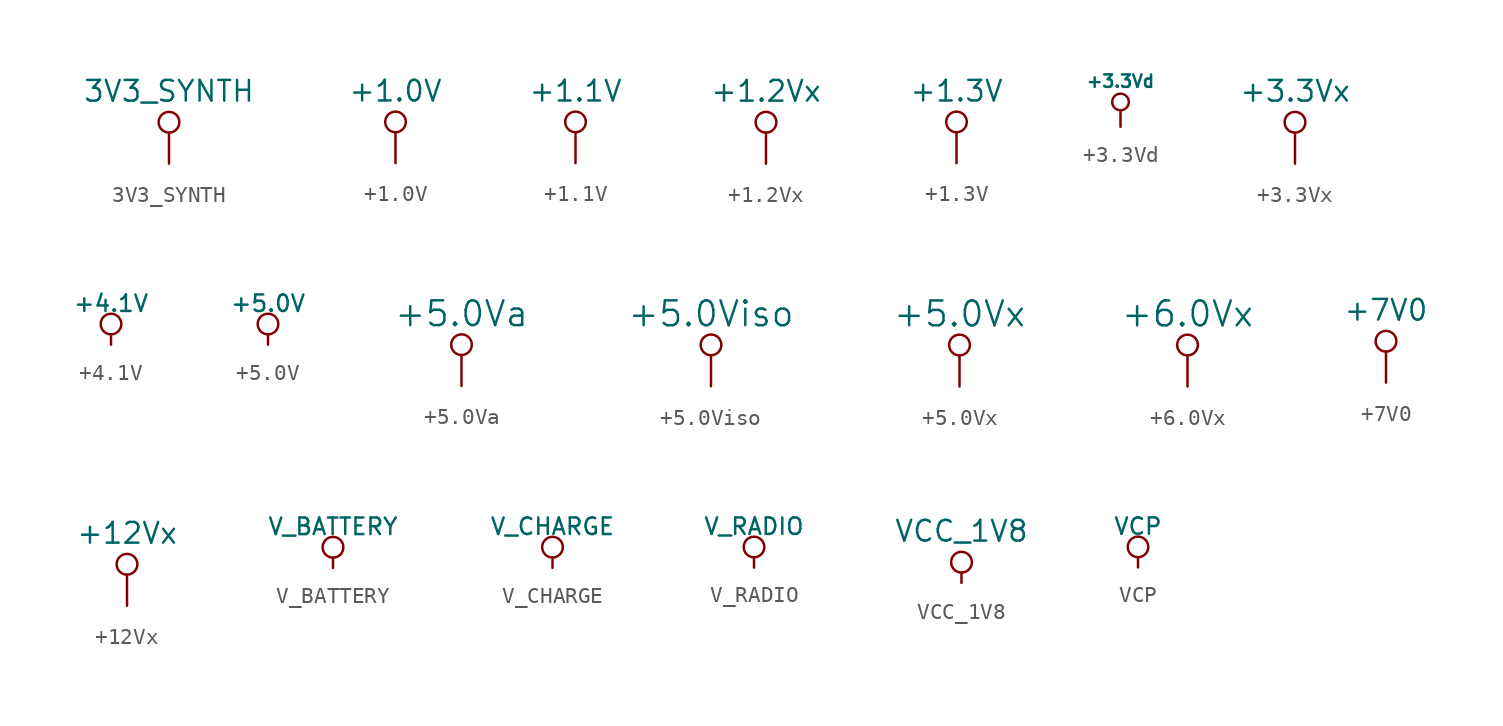
<source format=kicad_sym>
(kicad_symbol_lib
  (version 20231120)
  (generator "kicad_symbol_editor")
  (generator_version "8.0")
  (symbol "3V3_SYNTH"
    (power)
    (pin_names
      (offset 0))
    (property "Reference" "#PWR"
      (at 5.08 -1.27 0)
      (effects (font (size 1.27 1.27)) (hide yes)))
    (property "Value" "3V3_SYNTH"
      (at 0 1.905 0)
      (effects (font (size 1.27 1.27))))
    (property "Footprint" ""
      (at 0 0 0)
      (effects (font (size 1.524 1.524))))
    (property "Datasheet" ""
      (at 0 0 0)
      (effects (font (size 1.524 1.524))))
    (symbol "3V3_SYNTH_0_1"
      (polyline (pts (xy 0 -0.635) (xy 0 -2.54)) (stroke (width 0) (type default)) (fill (type none)))
      (circle (center 0 0) (radius 0.635) (stroke (width 0) (type default)) (fill (type none))))
    (symbol "3V3_SYNTH_1_1"
      (pin power_in line (at 0 -2.54 90) (length 0) hide (name "3V3_SYNTH" (effects (font (size 1.27 1.27)))) (number "1" (effects (font (size 1.27 1.27)))))))
  (symbol "+1.0V"
    (power)
    (pin_names
      (offset 0))
    (property "Reference" "#PWR"
      (at 5.08 -1.27 0)
      (effects (font (size 1.27 1.27)) (hide yes)))
    (property "Value" "+1.0V"
      (at 0 1.905 0)
      (effects (font (size 1.27 1.27))))
    (property "Footprint" ""
      (at 0 0 0)
      (effects (font (size 1.524 1.524))))
    (property "Datasheet" ""
      (at 0 0 0)
      (effects (font (size 1.524 1.524))))
    (symbol "+1.0V_0_1"
      (polyline (pts (xy 0 -0.635) (xy 0 -2.54)) (stroke (width 0) (type default)) (fill (type none)))
      (circle (center 0 0) (radius 0.635) (stroke (width 0) (type default)) (fill (type none))))
    (symbol "+1.0V_1_1"
      (pin power_in line (at 0 -2.54 90) (length 0) hide (name "+1.0V" (effects (font (size 1.27 1.27)))) (number "1" (effects (font (size 1.27 1.27)))))))
  (symbol "+1.1V"
    (power)
    (pin_names
      (offset 0))
    (property "Reference" "#PWR"
      (at 5.08 -1.27 0)
      (effects (font (size 1.27 1.27)) (hide yes)))
    (property "Value" "+1.1V"
      (at 0 1.905 0)
      (effects (font (size 1.27 1.27))))
    (property "Footprint" ""
      (at 0 0 0)
      (effects (font (size 1.524 1.524))))
    (property "Datasheet" ""
      (at 0 0 0)
      (effects (font (size 1.524 1.524))))
    (symbol "+1.1V_0_1"
      (polyline (pts (xy 0 -0.635) (xy 0 -2.54)) (stroke (width 0) (type default)) (fill (type none)))
      (circle (center 0 0) (radius 0.635) (stroke (width 0) (type default)) (fill (type none))))
    (symbol "+1.1V_1_1"
      (pin power_in line (at 0 -2.54 90) (length 0) hide (name "+1.1V" (effects (font (size 1.27 1.27)))) (number "1" (effects (font (size 1.27 1.27)))))))
  (symbol "+1.2Vx"
    (power)
    (pin_names
      (offset 0))
    (property "Reference" "#PWR"
      (at 5.08 -1.27 0)
      (effects (font (size 1.27 1.27)) (hide yes)))
    (property "Value" "+1.2Vx"
      (at 0 1.905 0)
      (effects (font (size 1.27 1.27))))
    (property "Footprint" ""
      (at 0 0 0)
      (effects (font (size 1.524 1.524))))
    (property "Datasheet" ""
      (at 0 0 0)
      (effects (font (size 1.524 1.524))))
    (symbol "+1.2Vx_0_1"
      (polyline (pts (xy 0 -0.635) (xy 0 -2.54)) (stroke (width 0) (type default)) (fill (type none)))
      (circle (center 0 0) (radius 0.635) (stroke (width 0) (type default)) (fill (type none))))
    (symbol "+1.2Vx_1_1"
      (pin power_in line (at 0 -2.54 90) (length 0) hide (name "+1.2Vx" (effects (font (size 1.27 1.27)))) (number "1" (effects (font (size 1.27 1.27)))))))
  (symbol "+1.3V"
    (power)
    (pin_names
      (offset 0))
    (property "Reference" "#PWR"
      (at 5.08 -1.27 0)
      (effects (font (size 1.27 1.27)) (hide yes)))
    (property "Value" "+1.3V"
      (at 0 1.905 0)
      (effects (font (size 1.27 1.27))))
    (property "Footprint" ""
      (at 0 0 0)
      (effects (font (size 1.524 1.524))))
    (property "Datasheet" ""
      (at 0 0 0)
      (effects (font (size 1.524 1.524))))
    (symbol "+1.3V_0_1"
      (polyline (pts (xy 0 -0.635) (xy 0 -2.54)) (stroke (width 0) (type default)) (fill (type none)))
      (circle (center 0 0) (radius 0.635) (stroke (width 0) (type default)) (fill (type none))))
    (symbol "+1.3V_1_1"
      (pin power_in line (at 0 -2.54 90) (length 0) hide (name "+1.3V" (effects (font (size 1.27 1.27)))) (number "1" (effects (font (size 1.27 1.27)))))))
  (symbol "+3.3Vd"
    (power)
    (pin_names
      (offset 0))
    (property "Reference" "#PWR"
      (at 0 -1.016 0)
      (effects (font (size 0.762 0.762)) (hide yes)))
    (property "Value" "+3.3Vd"
      (at 0 2.794 0)
      (effects (font (size 0.762 0.762))))
    (property "Footprint" ""
      (at 0 0 0)
      (effects (font (size 1.524 1.524))))
    (property "Datasheet" ""
      (at 0 0 0)
      (effects (font (size 1.524 1.524))))
    (symbol "+3.3Vd_0_0"
      (pin power_in line (at 0 0 90) (length 0) hide (name "+3.3Vd" (effects (font (size 0.762 0.762)))) (number "1" (effects (font (size 0.762 0.762))))))
    (symbol "+3.3Vd_0_1"
      (polyline (pts (xy 0 0) (xy 0 1.016) (xy 0 1.016)) (stroke (width 0) (type default)) (fill (type none)))
      (circle (center 0 1.524) (radius 0.508) (stroke (width 0) (type default)) (fill (type none)))))
  (symbol "+3.3Vx"
    (power)
    (pin_names
      (offset 0))
    (property "Reference" "#PWR"
      (at 5.08 -1.27 0)
      (effects (font (size 1.27 1.27)) (hide yes)))
    (property "Value" "+3.3Vx"
      (at 0 1.905 0)
      (effects (font (size 1.27 1.27))))
    (property "Footprint" ""
      (at 0 0 0)
      (effects (font (size 1.524 1.524))))
    (property "Datasheet" ""
      (at 0 0 0)
      (effects (font (size 1.524 1.524))))
    (symbol "+3.3Vx_0_1"
      (polyline (pts (xy 0 -0.635) (xy 0 -2.54)) (stroke (width 0) (type default)) (fill (type none)))
      (circle (center 0 0) (radius 0.635) (stroke (width 0) (type default)) (fill (type none))))
    (symbol "+3.3Vx_1_1"
      (pin power_in line (at 0 -2.54 90) (length 0) hide (name "+3.3Vx" (effects (font (size 1.27 1.27)))) (number "1" (effects (font (size 1.27 1.27)))))))
  (symbol "+4.1V"
    (power)
    (pin_names
      (offset 1.016))
    (property "Reference" "#PWR"
      (at 0.254 -0.254 0)
      (effects (font (size 0.762 0.762)) (hide yes)))
    (property "Value" "+4.1V"
      (at 0 2.54 0)
      (effects (font (size 1.016 1.016))))
    (symbol "+4.1V_0_0"
      (pin power_in line (at 0 0 90) (length 0) hide (name "+4.1V" (effects (font (size 0.762 0.762)))) (number "1" (effects (font (size 0.762 0.762))))))
    (symbol "+4.1V_0_1"
      (polyline (pts (xy 0 0.635) (xy 0 0)) (stroke (width 0) (type default)) (fill (type none)))
      (circle (center 0 1.27) (radius 0.635) (stroke (width 0) (type default)) (fill (type none)))))
  (symbol "+5.0V"
    (power)
    (pin_names
      (offset 1.016))
    (property "Reference" "#PWR"
      (at 0.254 -0.254 0)
      (effects (font (size 0.762 0.762)) (hide yes)))
    (property "Value" "+5.0V"
      (at 0 2.54 0)
      (effects (font (size 1.016 1.016))))
    (symbol "+5.0V_0_0"
      (pin power_in line (at 0 0 90) (length 0) hide (name "+5.0V" (effects (font (size 0.762 0.762)))) (number "1" (effects (font (size 0.762 0.762))))))
    (symbol "+5.0V_0_1"
      (polyline (pts (xy 0 0.635) (xy 0 0)) (stroke (width 0) (type default)) (fill (type none)))
      (circle (center 0 1.27) (radius 0.635) (stroke (width 0) (type default)) (fill (type none)))))
  (symbol "+5.0Va"
    (power)
    (pin_names
      (offset 1.016))
    (property "Reference" "#PWR"
      (at 0 -0.635 0)
      (effects (font (size 1.524 1.524)) (hide yes)))
    (property "Value" "+5.0Va"
      (at 0 1.905 0)
      (effects (font (size 1.524 1.524))))
    (property "Footprint" ""
      (at 0 0 0)
      (effects (font (size 1.524 1.524))))
    (property "Datasheet" ""
      (at 0 0 0)
      (effects (font (size 1.524 1.524))))
    (symbol "+5.0Va_0_1"
      (polyline (pts (xy 0 -0.635) (xy 0 -2.54)) (stroke (width 0) (type default)) (fill (type none)))
      (circle (center 0 0) (radius 0.635) (stroke (width 0) (type default)) (fill (type none))))
    (symbol "+5.0Va_1_1"
      (pin power_in line (at 0 -2.54 90) (length 0) hide (name "+5.0Va" (effects (font (size 1.27 1.27)))) (number "1" (effects (font (size 1.27 1.27)))))))
  (symbol "+5.0Viso"
    (power)
    (pin_names
      (offset 1.016))
    (property "Reference" "#PWR"
      (at 0 -0.635 0)
      (effects (font (size 1.524 1.524)) (hide yes)))
    (property "Value" "+5.0Viso"
      (at 0 1.905 0)
      (effects (font (size 1.524 1.524))))
    (property "Footprint" ""
      (at 0 0 0)
      (effects (font (size 1.524 1.524))))
    (property "Datasheet" ""
      (at 0 0 0)
      (effects (font (size 1.524 1.524))))
    (symbol "+5.0Viso_0_1"
      (polyline (pts (xy 0 -0.635) (xy 0 -2.54)) (stroke (width 0) (type default)) (fill (type none)))
      (circle (center 0 0) (radius 0.635) (stroke (width 0) (type default)) (fill (type none))))
    (symbol "+5.0Viso_1_1"
      (pin power_in line (at 0 -2.54 90) (length 0) hide (name "+5.0Viso" (effects (font (size 1.27 1.27)))) (number "1" (effects (font (size 1.27 1.27)))))))
  (symbol "+5.0Vx"
    (power)
    (pin_names
      (offset 1.016))
    (property "Reference" "#PWR"
      (at 0 -0.635 0)
      (effects (font (size 1.524 1.524)) (hide yes)))
    (property "Value" "+5.0Vx"
      (at 0 1.905 0)
      (effects (font (size 1.524 1.524))))
    (property "Footprint" ""
      (at 0 0 0)
      (effects (font (size 1.524 1.524))))
    (property "Datasheet" ""
      (at 0 0 0)
      (effects (font (size 1.524 1.524))))
    (symbol "+5.0Vx_0_1"
      (polyline (pts (xy 0 -0.635) (xy 0 -2.54)) (stroke (width 0) (type default)) (fill (type none)))
      (circle (center 0 0) (radius 0.635) (stroke (width 0) (type default)) (fill (type none))))
    (symbol "+5.0Vx_1_1"
      (pin power_in line (at 0 -2.54 90) (length 0) hide (name "+5.0Vx" (effects (font (size 1.27 1.27)))) (number "1" (effects (font (size 1.27 1.27)))))))
  (symbol "+6.0Vx"
    (power)
    (pin_names
      (offset 1.016))
    (property "Reference" "#PWR"
      (at 0 -0.635 0)
      (effects (font (size 1.524 1.524)) (hide yes)))
    (property "Value" "+6.0Vx"
      (at 0 1.905 0)
      (effects (font (size 1.524 1.524))))
    (property "Footprint" ""
      (at 0 0 0)
      (effects (font (size 1.524 1.524))))
    (property "Datasheet" ""
      (at 0 0 0)
      (effects (font (size 1.524 1.524))))
    (symbol "+6.0Vx_0_1"
      (polyline (pts (xy 0 -0.635) (xy 0 -2.54)) (stroke (width 0) (type default)) (fill (type none)))
      (circle (center 0 0) (radius 0.635) (stroke (width 0) (type default)) (fill (type none))))
    (symbol "+6.0Vx_1_1"
      (pin power_in line (at 0 -2.54 90) (length 0) hide (name "+6.0Vx" (effects (font (size 1.27 1.27)))) (number "1" (effects (font (size 1.27 1.27)))))))
  (symbol "+7V0"
    (power)
    (pin_names
      (offset 0))
    (property "Reference" "#PWR"
      (at 5.08 -1.27 0)
      (effects (font (size 1.27 1.27)) (hide yes)))
    (property "Value" "+7V0"
      (at 0 1.905 0)
      (effects (font (size 1.27 1.27))))
    (property "Footprint" ""
      (at 0 0 0)
      (effects (font (size 1.524 1.524))))
    (property "Datasheet" ""
      (at 0 0 0)
      (effects (font (size 1.524 1.524))))
    (symbol "+7V0_0_1"
      (polyline (pts (xy 0 -0.635) (xy 0 -2.54)) (stroke (width 0) (type default)) (fill (type none)))
      (circle (center 0 0) (radius 0.635) (stroke (width 0) (type default)) (fill (type none))))
    (symbol "+7V0_1_1"
      (pin power_in line (at 0 -2.54 90) (length 0) hide (name "+7V0" (effects (font (size 1.27 1.27)))) (number "1" (effects (font (size 1.27 1.27)))))))
  (symbol "+12Vx"
    (power)
    (pin_names
      (offset 0))
    (property "Reference" "#PWR"
      (at 5.08 -1.27 0)
      (effects (font (size 1.27 1.27)) (hide yes)))
    (property "Value" "+12Vx"
      (at 0 1.905 0)
      (effects (font (size 1.27 1.27))))
    (property "Footprint" ""
      (at 0 0 0)
      (effects (font (size 1.524 1.524))))
    (property "Datasheet" ""
      (at 0 0 0)
      (effects (font (size 1.524 1.524))))
    (symbol "+12Vx_0_1"
      (polyline (pts (xy 0 -0.635) (xy 0 -2.54)) (stroke (width 0) (type default)) (fill (type none)))
      (circle (center 0 0) (radius 0.635) (stroke (width 0) (type default)) (fill (type none))))
    (symbol "+12Vx_1_1"
      (pin power_in line (at 0 -2.54 90) (length 0) hide (name "+12Vx" (effects (font (size 1.27 1.27)))) (number "1" (effects (font (size 1.27 1.27)))))))
  (symbol "V_BATTERY"
    (power)
    (pin_names
      (offset 1.016))
    (property "Reference" "#PWR"
      (at 0.254 -0.254 0)
      (effects (font (size 0.762 0.762)) (hide yes)))
    (property "Value" "V_BATTERY"
      (at 0 2.54 0)
      (effects (font (size 1.016 1.016))))
    (symbol "V_BATTERY_0_0"
      (pin power_in line (at 0 0 90) (length 0) hide (name "V_BATTERY" (effects (font (size 0.762 0.762)))) (number "1" (effects (font (size 0.762 0.762))))))
    (symbol "V_BATTERY_0_1"
      (polyline (pts (xy 0 0.635) (xy 0 0)) (stroke (width 0) (type default)) (fill (type none)))
      (circle (center 0 1.27) (radius 0.635) (stroke (width 0) (type default)) (fill (type none)))))
  (symbol "V_CHARGE"
    (power)
    (pin_names
      (offset 1.016))
    (property "Reference" "#PWR"
      (at 0.254 -0.254 0)
      (effects (font (size 0.762 0.762)) (hide yes)))
    (property "Value" "V_CHARGE"
      (at 0 2.54 0)
      (effects (font (size 1.016 1.016))))
    (symbol "V_CHARGE_0_0"
      (pin power_in line (at 0 0 90) (length 0) hide (name "V_CHARGE" (effects (font (size 0.762 0.762)))) (number "1" (effects (font (size 0.762 0.762))))))
    (symbol "V_CHARGE_0_1"
      (polyline (pts (xy 0 0.635) (xy 0 0)) (stroke (width 0) (type default)) (fill (type none)))
      (circle (center 0 1.27) (radius 0.635) (stroke (width 0) (type default)) (fill (type none)))))
  (symbol "V_RADIO"
    (power)
    (pin_names
      (offset 1.016))
    (property "Reference" "#PWR"
      (at 0.254 -0.254 0)
      (effects (font (size 0.762 0.762)) (hide yes)))
    (property "Value" "V_RADIO"
      (at 0 2.54 0)
      (effects (font (size 1.016 1.016))))
    (symbol "V_RADIO_0_0"
      (pin power_in line (at 0 0 90) (length 0) hide (name "V_RADIO" (effects (font (size 0.762 0.762)))) (number "1" (effects (font (size 0.762 0.762))))))
    (symbol "V_RADIO_0_1"
      (polyline (pts (xy 0 0.635) (xy 0 0)) (stroke (width 0) (type default)) (fill (type none)))
      (circle (center 0 1.27) (radius 0.635) (stroke (width 0) (type default)) (fill (type none)))))
  (symbol "VCC_1V8"
    (power)
    (pin_names
      (offset 0))
    (property "Reference" "#PWR"
      (at 5.08 -1.27 0)
      (effects (font (size 1.27 1.27)) (hide yes)))
    (property "Value" "VCC_1V8"
      (at 0 0.635 0)
      (effects (font (size 1.27 1.27))))
    (property "Footprint" ""
      (at 0 -1.27 0)
      (effects (font (size 1.524 1.524))))
    (property "Datasheet" ""
      (at 0 -1.27 0)
      (effects (font (size 1.524 1.524))))
    (symbol "VCC_1V8_0_1"
      (circle (center 0 -1.27) (radius 0.635) (stroke (width 0) (type default)) (fill (type none)))
      (polyline (pts (xy 0 -1.905) (xy 0 -2.54)) (stroke (width 0) (type default)) (fill (type none))))
    (symbol "VCC_1V8_1_1"
      (pin power_in line (at 0 -2.54 90) (length 0) hide (name "VCC_1V8" (effects (font (size 1.27 1.27)))) (number "1" (effects (font (size 1.27 1.27)))))))
  (symbol "VCP"
    (power)
    (pin_names
      (offset 0))
    (property "Reference" "#PWR"
      (at 0 2.54 0)
      (effects (font (size 0.762 0.762)) (hide yes)))
    (property "Value" "VCP"
      (at 0 2.54 0)
      (effects (font (size 1.016 1.016))))
    (property "Footprint" ""
      (at 0 0 0)
      (effects (font (size 1.524 1.524))))
    (property "Datasheet" ""
      (at 0 0 0)
      (effects (font (size 1.524 1.524))))
    (symbol "VCP_0_1"
      (polyline (pts (xy 0 0) (xy 0 0.635)) (stroke (width 0) (type default)) (fill (type none)))
      (circle (center 0 1.27) (radius 0.635) (stroke (width 0) (type default)) (fill (type none))))
    (symbol "VCP_1_0"
      (pin power_in line (at 0 0 90) (length 0) hide (name "VCP" (effects (font (size 1.016 1.016)))) (number "1" (effects (font (size 1.016 1.016))))))))
</source>
